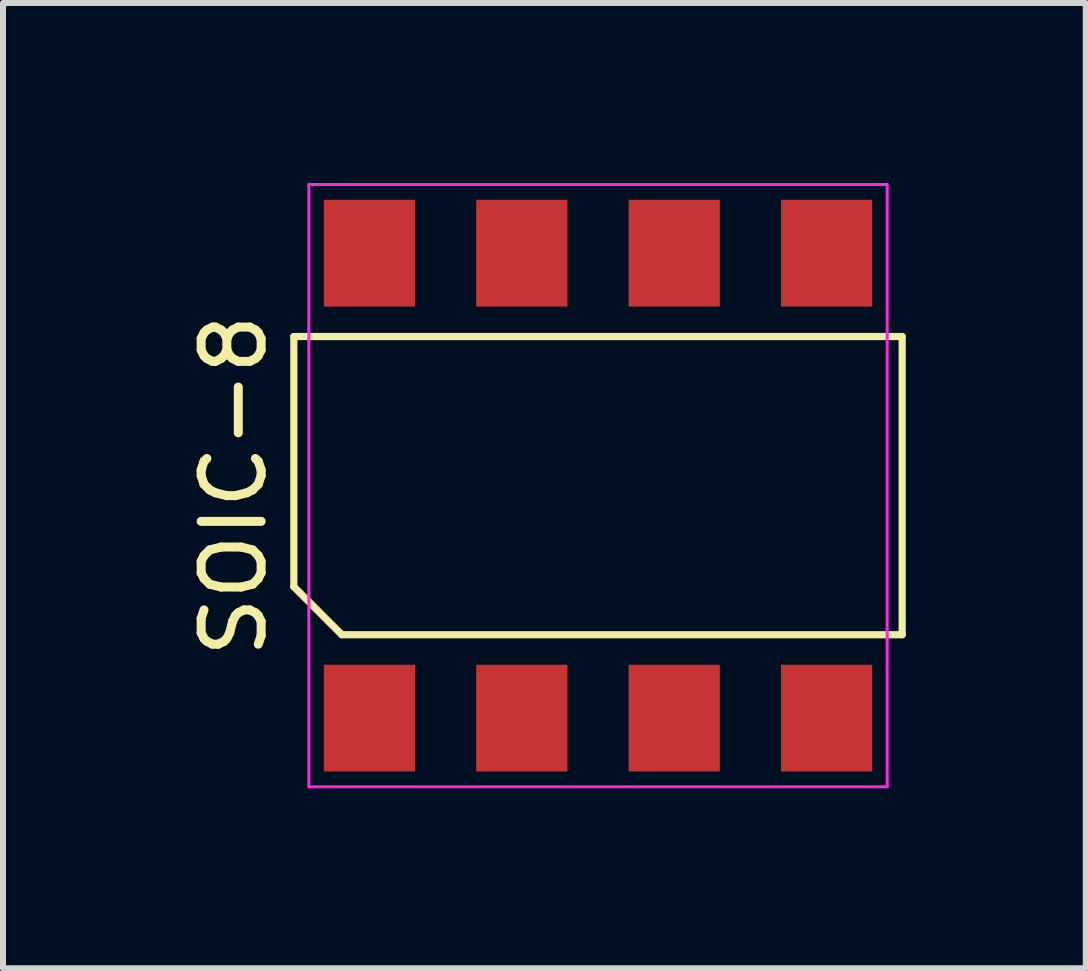
<source format=kicad_pcb>
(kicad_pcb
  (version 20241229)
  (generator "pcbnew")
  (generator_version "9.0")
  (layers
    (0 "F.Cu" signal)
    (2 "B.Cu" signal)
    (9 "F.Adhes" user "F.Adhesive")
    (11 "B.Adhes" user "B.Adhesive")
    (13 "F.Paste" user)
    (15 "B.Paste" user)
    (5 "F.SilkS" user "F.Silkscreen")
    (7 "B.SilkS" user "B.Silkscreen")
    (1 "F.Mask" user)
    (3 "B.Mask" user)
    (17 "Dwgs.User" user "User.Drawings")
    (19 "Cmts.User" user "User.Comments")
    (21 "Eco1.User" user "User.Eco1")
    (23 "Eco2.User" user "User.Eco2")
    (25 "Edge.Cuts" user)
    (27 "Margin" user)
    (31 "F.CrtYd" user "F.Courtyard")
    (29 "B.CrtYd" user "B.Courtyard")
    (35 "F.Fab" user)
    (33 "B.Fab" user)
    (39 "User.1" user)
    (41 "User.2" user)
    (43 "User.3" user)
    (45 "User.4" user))
  (footprint "SOIC-8"
    (layer "F.Cu")
    (at 6.918 5.045)
    (property "Reference" "SOIC-8" (at -6.07 0 90) (layer "F.SilkS") (effects (font (size 1 1) (thickness 0.15))))
    (attr smd)
    (fp_line (start -5.07 -2.485) (end 5.07 -2.485) (stroke (width 0.12) (type solid)) (layer "F.SilkS"))
    (fp_line (start -5.07 1.685) (end -5.07 -2.485) (stroke (width 0.12) (type solid)) (layer "F.SilkS"))
    (fp_line (start -4.27 2.485) (end -5.07 1.685) (stroke (width 0.12) (type solid)) (layer "F.SilkS"))
    (fp_line (start 5.07 -2.485) (end 5.07 2.485) (stroke (width 0.12) (type solid)) (layer "F.SilkS"))
    (fp_line (start 5.07 2.485) (end -4.27 2.485) (stroke (width 0.12) (type solid)) (layer "F.SilkS"))
    (fp_line (start -4.82 -5.02) (end 4.82 -5.02) (stroke (width 0.05) (type solid)) (layer "F.CrtYd"))
    (fp_line (start -4.82 5.02) (end -4.82 -5.02) (stroke (width 0.05) (type solid)) (layer "F.CrtYd"))
    (fp_line (start 4.82 -5.02) (end 4.82 5.02) (stroke (width 0.05) (type solid)) (layer "F.CrtYd"))
    (fp_line (start 4.82 5.02) (end -4.82 5.02) (stroke (width 0.05) (type solid)) (layer "F.CrtYd"))
    (pad "1" smd rect (at -3.81 3.875) (size 1.52 1.78) (layers "F.Cu" "F.Mask" "F.Paste"))
    (pad "2" smd rect (at -1.27 3.875) (size 1.52 1.78) (layers "F.Cu" "F.Mask" "F.Paste"))
    (pad "3" smd rect (at 1.27 3.875) (size 1.52 1.78) (layers "F.Cu" "F.Mask" "F.Paste"))
    (pad "4" smd rect (at 3.81 3.875) (size 1.52 1.78) (layers "F.Cu" "F.Mask" "F.Paste"))
    (pad "5" smd rect (at 3.81 -3.875) (size 1.52 1.78) (layers "F.Cu" "F.Mask" "F.Paste"))
    (pad "6" smd rect (at 1.27 -3.875) (size 1.52 1.78) (layers "F.Cu" "F.Mask" "F.Paste"))
    (pad "7" smd rect (at -1.27 -3.875) (size 1.52 1.78) (layers "F.Cu" "F.Mask" "F.Paste"))
    (pad "8" smd rect (at -3.81 -3.875) (size 1.52 1.78) (layers "F.Cu" "F.Mask" "F.Paste")))
  (gr_rect
    (start -3 -3)
    (end 15.048 13.09)
    (stroke (width 0.1) (type default))
    (fill no)
    (layer "Edge.Cuts")))
</source>
